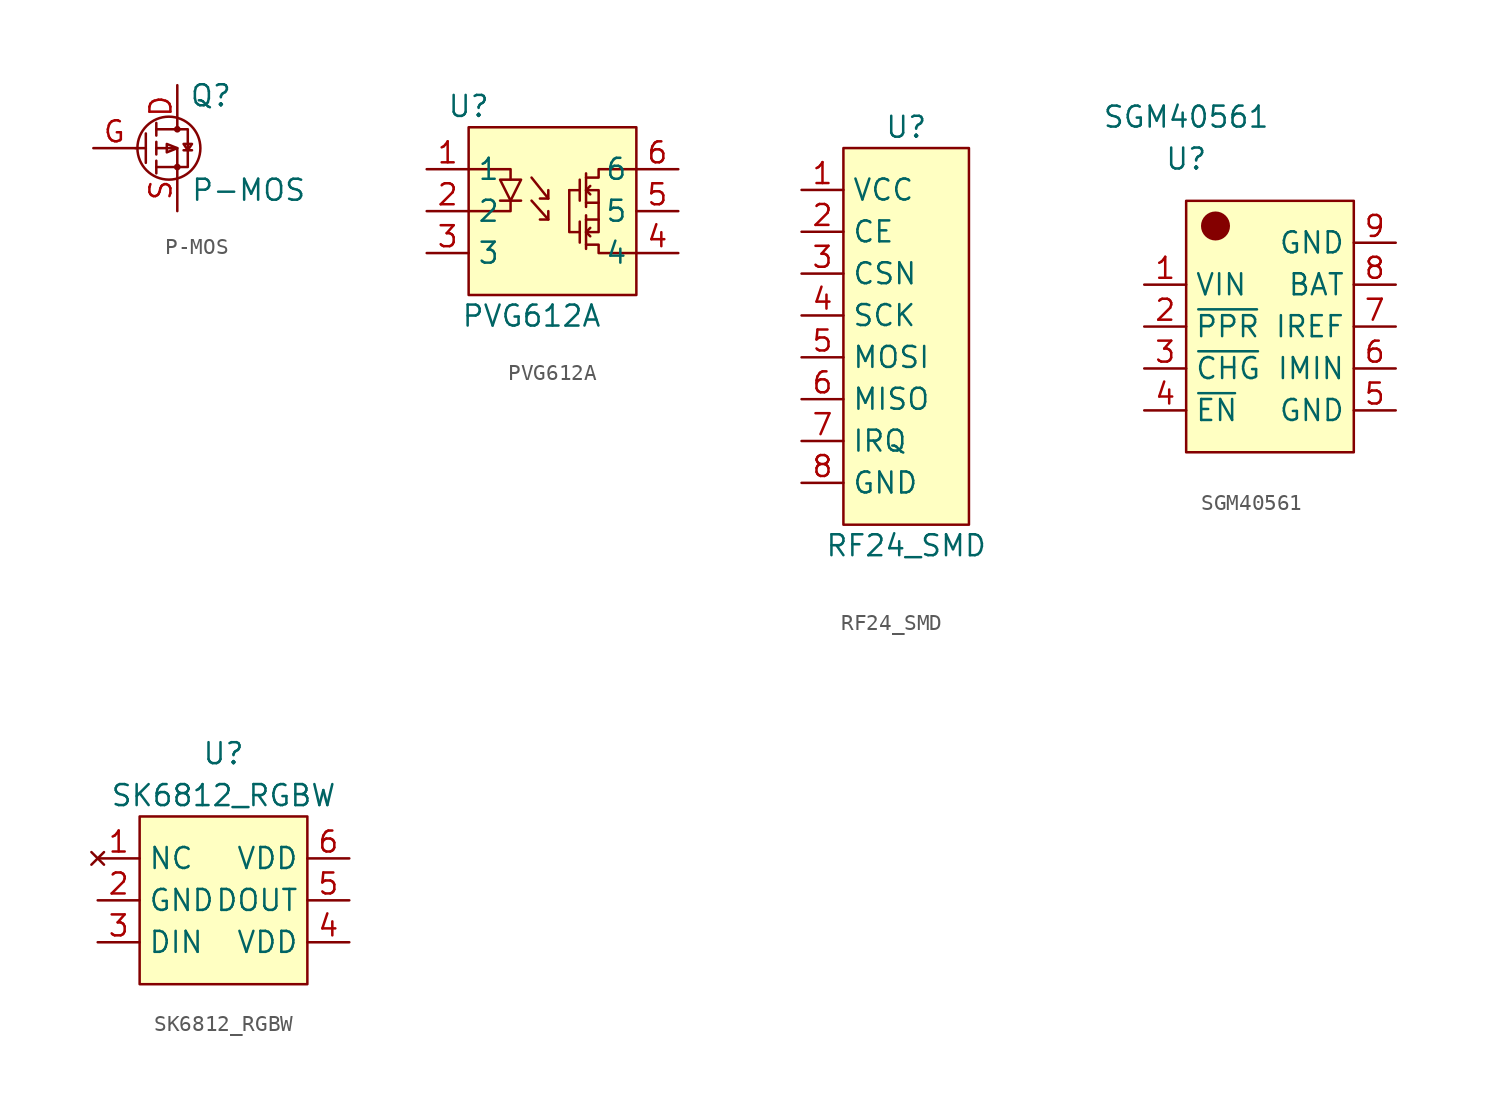
<source format=kicad_sym>
(kicad_symbol_lib
  (version 20220914)
  (generator kicad_symbol_editor)
  (symbol "P-MOS"
    (pin_names hide)
    (property "Reference" "Q"
      (at 3.302 3.175 0)
      (effects (font (size 1.27 1.27))))
    (property "Value" "P-MOS"
      (at 5.588 -2.54 0)
      (effects (font (size 1.27 1.27))))
    (symbol "P-MOS_0_1"
      (polyline (pts (xy -1.27 0) (xy -0.635 0)) (stroke (width 0) (type default)) (fill (type none)))
      (polyline (pts (xy -0.635 0.889) (xy -0.635 -0.889)) (stroke (width 0) (type default)) (fill (type none)))
      (polyline (pts (xy 0 -0.762) (xy 0 -1.524)) (stroke (width 0) (type default)) (fill (type none)))
      (polyline (pts (xy 0 0.381) (xy 0 -0.381)) (stroke (width 0) (type default)) (fill (type none)))
      (polyline (pts (xy 0 1.524) (xy 0 0.762)) (stroke (width 0) (type default)) (fill (type none)))
      (polyline (pts (xy 1.27 -1.143) (xy 0 -1.143)) (stroke (width 0) (type default)) (fill (type none)))
      (polyline (pts (xy 1.27 1.143) (xy 0 1.143)) (stroke (width 0) (type default)) (fill (type none)))
      (polyline (pts (xy 1.651 -0.127) (xy 2.159 -0.127)) (stroke (width 0) (type default)) (fill (type none)))
      (polyline (pts (xy 1.27 -1.143) (xy 1.27 0) (xy 0 0)) (stroke (width 0) (type default)) (fill (type none)))
      (polyline (pts (xy 1.27 -1.143) (xy 1.905 -1.143) (xy 1.905 1.143) (xy 1.27 1.143)) (stroke (width 0) (type default)) (fill (type none)))
      (polyline (pts (xy 1.27 0) (xy 0.635 0.254) (xy 0.635 -0.254) (xy 1.27 0)) (stroke (width 0) (type default)) (fill (type none)))
      (polyline (pts (xy 1.905 -0.127) (xy 1.651 0.254) (xy 2.159 0.254) (xy 1.905 -0.127)) (stroke (width 0) (type default)) (fill (type none)))
      (circle (center 0.762 0) (radius 1.905) (stroke (width 0) (type default)) (fill (type none)))
      (circle (center 1.27 -1.143) (radius 0.127) (stroke (width 0) (type default)) (fill (type none)))
      (circle (center 1.27 1.143) (radius 0.127) (stroke (width 0) (type default)) (fill (type none))))
    (symbol "P-MOS_1_1"
      (pin bidirectional line (at 1.27 3.81 270) (length 2.54) (name "D" (effects (font (size 1.27 1.27)))) (number "D" (effects (font (size 1.27 1.27)))))
      (pin bidirectional line (at -3.81 0 0) (length 2.54) (name "G" (effects (font (size 1.27 1.27)))) (number "G" (effects (font (size 1.27 1.27)))))
      (pin bidirectional line (at 1.27 -3.81 90) (length 2.54) (name "S" (effects (font (size 1.27 1.27)))) (number "S" (effects (font (size 1.27 1.27)))))))
  (symbol "PVG612A"
    (property "Reference" "U"
      (at 0 1.27 0)
      (effects (font (size 1.27 1.27))))
    (property "Value" "PVG612A"
      (at 3.81 -11.43 0)
      (effects (font (size 1.27 1.27))))
    (symbol "PVG612A_0_1"
      (polyline (pts (xy 1.905 -4.445) (xy 3.175 -4.445)) (stroke (width 0) (type default)) (fill (type none)))
      (polyline (pts (xy 3.81 -4.445) (xy 4.826 -5.588)) (stroke (width 0) (type default)) (fill (type none)))
      (polyline (pts (xy 3.81 -3.048) (xy 4.826 -4.318)) (stroke (width 0) (type default)) (fill (type none)))
      (polyline (pts (xy 6.096 -3.81) (xy 6.731 -3.81)) (stroke (width 0) (type default)) (fill (type none)))
      (polyline (pts (xy 6.731 -5.715) (xy 6.731 -6.985)) (stroke (width 0) (type default)) (fill (type none)))
      (polyline (pts (xy 6.731 -3.175) (xy 6.731 -4.445)) (stroke (width 0) (type default)) (fill (type none)))
      (polyline (pts (xy 7.112 -5.588) (xy 7.874 -5.588)) (stroke (width 0) (type default)) (fill (type none)))
      (polyline (pts (xy 7.112 -5.334) (xy 7.112 -7.366)) (stroke (width 0) (type default)) (fill (type none)))
      (polyline (pts (xy 7.112 -4.572) (xy 7.874 -4.572)) (stroke (width 0) (type default)) (fill (type none)))
      (polyline (pts (xy 7.112 -2.794) (xy 7.112 -4.826)) (stroke (width 0) (type default)) (fill (type none)))
      (polyline (pts (xy 2.54 -4.445) (xy 2.54 -5.08) (xy 0 -5.08)) (stroke (width 0) (type default)) (fill (type none)))
      (polyline (pts (xy 2.54 -3.175) (xy 2.54 -2.54) (xy 0 -2.54)) (stroke (width 0) (type default)) (fill (type none)))
      (polyline (pts (xy 4.318 -5.588) (xy 4.826 -5.588) (xy 4.826 -5.08)) (stroke (width 0) (type default)) (fill (type none)))
      (polyline (pts (xy 4.318 -4.318) (xy 4.826 -4.318) (xy 4.826 -3.81)) (stroke (width 0) (type default)) (fill (type none)))
      (polyline (pts (xy 6.096 -3.81) (xy 6.096 -6.35) (xy 6.731 -6.35)) (stroke (width 0) (type default)) (fill (type none)))
      (polyline (pts (xy 7.366 -6.096) (xy 7.112 -6.35) (xy 7.366 -6.604)) (stroke (width 0) (type default)) (fill (type none)))
      (polyline (pts (xy 7.366 -4.064) (xy 7.112 -3.81) (xy 7.366 -3.556)) (stroke (width 0) (type default)) (fill (type none)))
      (polyline (pts (xy 1.905 -3.175) (xy 3.175 -3.175) (xy 2.54 -4.445) (xy 1.905 -3.175)) (stroke (width 0) (type default)) (fill (type none)))
      (polyline (pts (xy 7.112 -7.112) (xy 7.874 -7.112) (xy 7.874 -7.62) (xy 10.16 -7.62)) (stroke (width 0) (type default)) (fill (type none)))
      (polyline (pts (xy 7.112 -3.81) (xy 7.874 -3.81) (xy 7.874 -6.35) (xy 7.112 -6.35)) (stroke (width 0) (type default)) (fill (type none)))
      (polyline (pts (xy 7.112 -3.048) (xy 7.874 -3.048) (xy 7.874 -2.54) (xy 10.16 -2.54)) (stroke (width 0) (type default)) (fill (type none)))
      (rectangle (start 0 0) (end 10.16 -10.16) (stroke (width 0) (type default)) (fill (type background))))
    (symbol "PVG612A_1_1"
      (pin bidirectional line (at -2.54 -2.54 0) (length 2.54) (name "1" (effects (font (size 1.27 1.27)))) (number "1" (effects (font (size 1.27 1.27)))))
      (pin bidirectional line (at -2.54 -5.08 0) (length 2.54) (name "2" (effects (font (size 1.27 1.27)))) (number "2" (effects (font (size 1.27 1.27)))))
      (pin bidirectional line (at -2.54 -7.62 0) (length 2.54) (name "3" (effects (font (size 1.27 1.27)))) (number "3" (effects (font (size 1.27 1.27)))))
      (pin bidirectional line (at 12.7 -7.62 180) (length 2.54) (name "4" (effects (font (size 1.27 1.27)))) (number "4" (effects (font (size 1.27 1.27)))))
      (pin bidirectional line (at 12.7 -5.08 180) (length 2.54) (name "5" (effects (font (size 1.27 1.27)))) (number "5" (effects (font (size 1.27 1.27)))))
      (pin bidirectional line (at 12.7 -2.54 180) (length 2.54) (name "6" (effects (font (size 1.27 1.27)))) (number "6" (effects (font (size 1.27 1.27)))))))
  (symbol "RF24_SMD"
    (property "Reference" "U"
      (at 3.81 1.27 0)
      (effects (font (size 1.27 1.27))))
    (property "Value" "RF24_SMD"
      (at 3.81 -24.13 0)
      (effects (font (size 1.27 1.27))))
    (symbol "RF24_SMD_0_1"
      (rectangle (start 0 0) (end 7.62 -22.86) (stroke (width 0) (type default)) (fill (type background))))
    (symbol "RF24_SMD_1_1"
      (pin power_in line (at -2.54 -2.54 0) (length 2.54) (name "VCC" (effects (font (size 1.27 1.27)))) (number "1" (effects (font (size 1.27 1.27)))))
      (pin bidirectional line (at -2.54 -5.08 0) (length 2.54) (name "CE" (effects (font (size 1.27 1.27)))) (number "2" (effects (font (size 1.27 1.27)))))
      (pin bidirectional line (at -2.54 -7.62 0) (length 2.54) (name "CSN" (effects (font (size 1.27 1.27)))) (number "3" (effects (font (size 1.27 1.27)))))
      (pin bidirectional line (at -2.54 -10.16 0) (length 2.54) (name "SCK" (effects (font (size 1.27 1.27)))) (number "4" (effects (font (size 1.27 1.27)))))
      (pin bidirectional line (at -2.54 -12.7 0) (length 2.54) (name "MOSI" (effects (font (size 1.27 1.27)))) (number "5" (effects (font (size 1.27 1.27)))))
      (pin bidirectional line (at -2.54 -15.24 0) (length 2.54) (name "MISO" (effects (font (size 1.27 1.27)))) (number "6" (effects (font (size 1.27 1.27)))))
      (pin bidirectional line (at -2.54 -17.78 0) (length 2.54) (name "IRQ" (effects (font (size 1.27 1.27)))) (number "7" (effects (font (size 1.27 1.27)))))
      (pin power_in line (at -2.54 -20.32 0) (length 2.54) (name "GND" (effects (font (size 1.27 1.27)))) (number "8" (effects (font (size 1.27 1.27)))))))
  (symbol "SGM40561"
    (property "Reference" "U"
      (at 0 2.54 0)
      (effects (font (size 1.27 1.27))))
    (property "Value" "SGM40561"
      (at 0 5.08 0)
      (effects (font (size 1.27 1.27))))
    (symbol "SGM40561_0_1"
      (rectangle (start 0 0) (end 10.16 -15.24) (stroke (width 0) (type default)) (fill (type background)))
      (circle (center 1.778 -1.524) (radius 0.803) (stroke (width 0) (type default)) (fill (type outline))))
    (symbol "SGM40561_1_1"
      (pin power_in line (at -2.54 -5.08 0) (length 2.54) (name "VIN" (effects (font (size 1.27 1.27)))) (number "1" (effects (font (size 1.27 1.27)))))
      (pin output line (at -2.54 -7.62 0) (length 2.54) (name "~{PPR}" (effects (font (size 1.27 1.27)))) (number "2" (effects (font (size 1.27 1.27)))))
      (pin output line (at -2.54 -10.16 0) (length 2.54) (name "~{CHG}" (effects (font (size 1.27 1.27)))) (number "3" (effects (font (size 1.27 1.27)))))
      (pin input line (at -2.54 -12.7 0) (length 2.54) (name "~{EN}" (effects (font (size 1.27 1.27)))) (number "4" (effects (font (size 1.27 1.27)))))
      (pin power_in line (at 12.7 -12.7 180) (length 2.54) (name "GND" (effects (font (size 1.27 1.27)))) (number "5" (effects (font (size 1.27 1.27)))))
      (pin input line (at 12.7 -10.16 180) (length 2.54) (name "IMIN" (effects (font (size 1.27 1.27)))) (number "6" (effects (font (size 1.27 1.27)))))
      (pin input line (at 12.7 -7.62 180) (length 2.54) (name "IREF" (effects (font (size 1.27 1.27)))) (number "7" (effects (font (size 1.27 1.27)))))
      (pin power_out line (at 12.7 -5.08 180) (length 2.54) (name "BAT" (effects (font (size 1.27 1.27)))) (number "8" (effects (font (size 1.27 1.27)))))
      (pin power_in line (at 12.7 -2.54 180) (length 2.54) (name "GND" (effects (font (size 1.27 1.27)))) (number "9" (effects (font (size 1.27 1.27)))))))
  (symbol "SK6812_RGBW"
    (property "Reference" "U"
      (at 5.08 3.81 0)
      (effects (font (size 1.27 1.27))))
    (property "Value" "SK6812_RGBW"
      (at 5.08 1.27 0)
      (effects (font (size 1.27 1.27))))
    (symbol "SK6812_RGBW_0_1"
      (rectangle (start 0 0) (end 10.16 -10.16) (stroke (width 0) (type default)) (fill (type background))))
    (symbol "SK6812_RGBW_1_1"
      (pin no_connect line (at -2.54 -2.54 0) (length 2.54) (name "NC" (effects (font (size 1.27 1.27)))) (number "1" (effects (font (size 1.27 1.27)))))
      (pin power_in line (at -2.54 -5.08 0) (length 2.54) (name "GND" (effects (font (size 1.27 1.27)))) (number "2" (effects (font (size 1.27 1.27)))))
      (pin input line (at -2.54 -7.62 0) (length 2.54) (name "DIN" (effects (font (size 1.27 1.27)))) (number "3" (effects (font (size 1.27 1.27)))))
      (pin power_in line (at 12.7 -7.62 180) (length 2.54) (name "VDD" (effects (font (size 1.27 1.27)))) (number "4" (effects (font (size 1.27 1.27)))))
      (pin output line (at 12.7 -5.08 180) (length 2.54) (name "DOUT" (effects (font (size 1.27 1.27)))) (number "5" (effects (font (size 1.27 1.27)))))
      (pin power_in line (at 12.7 -2.54 180) (length 2.54) (name "VDD" (effects (font (size 1.27 1.27)))) (number "6" (effects (font (size 1.27 1.27))))))))
</source>
